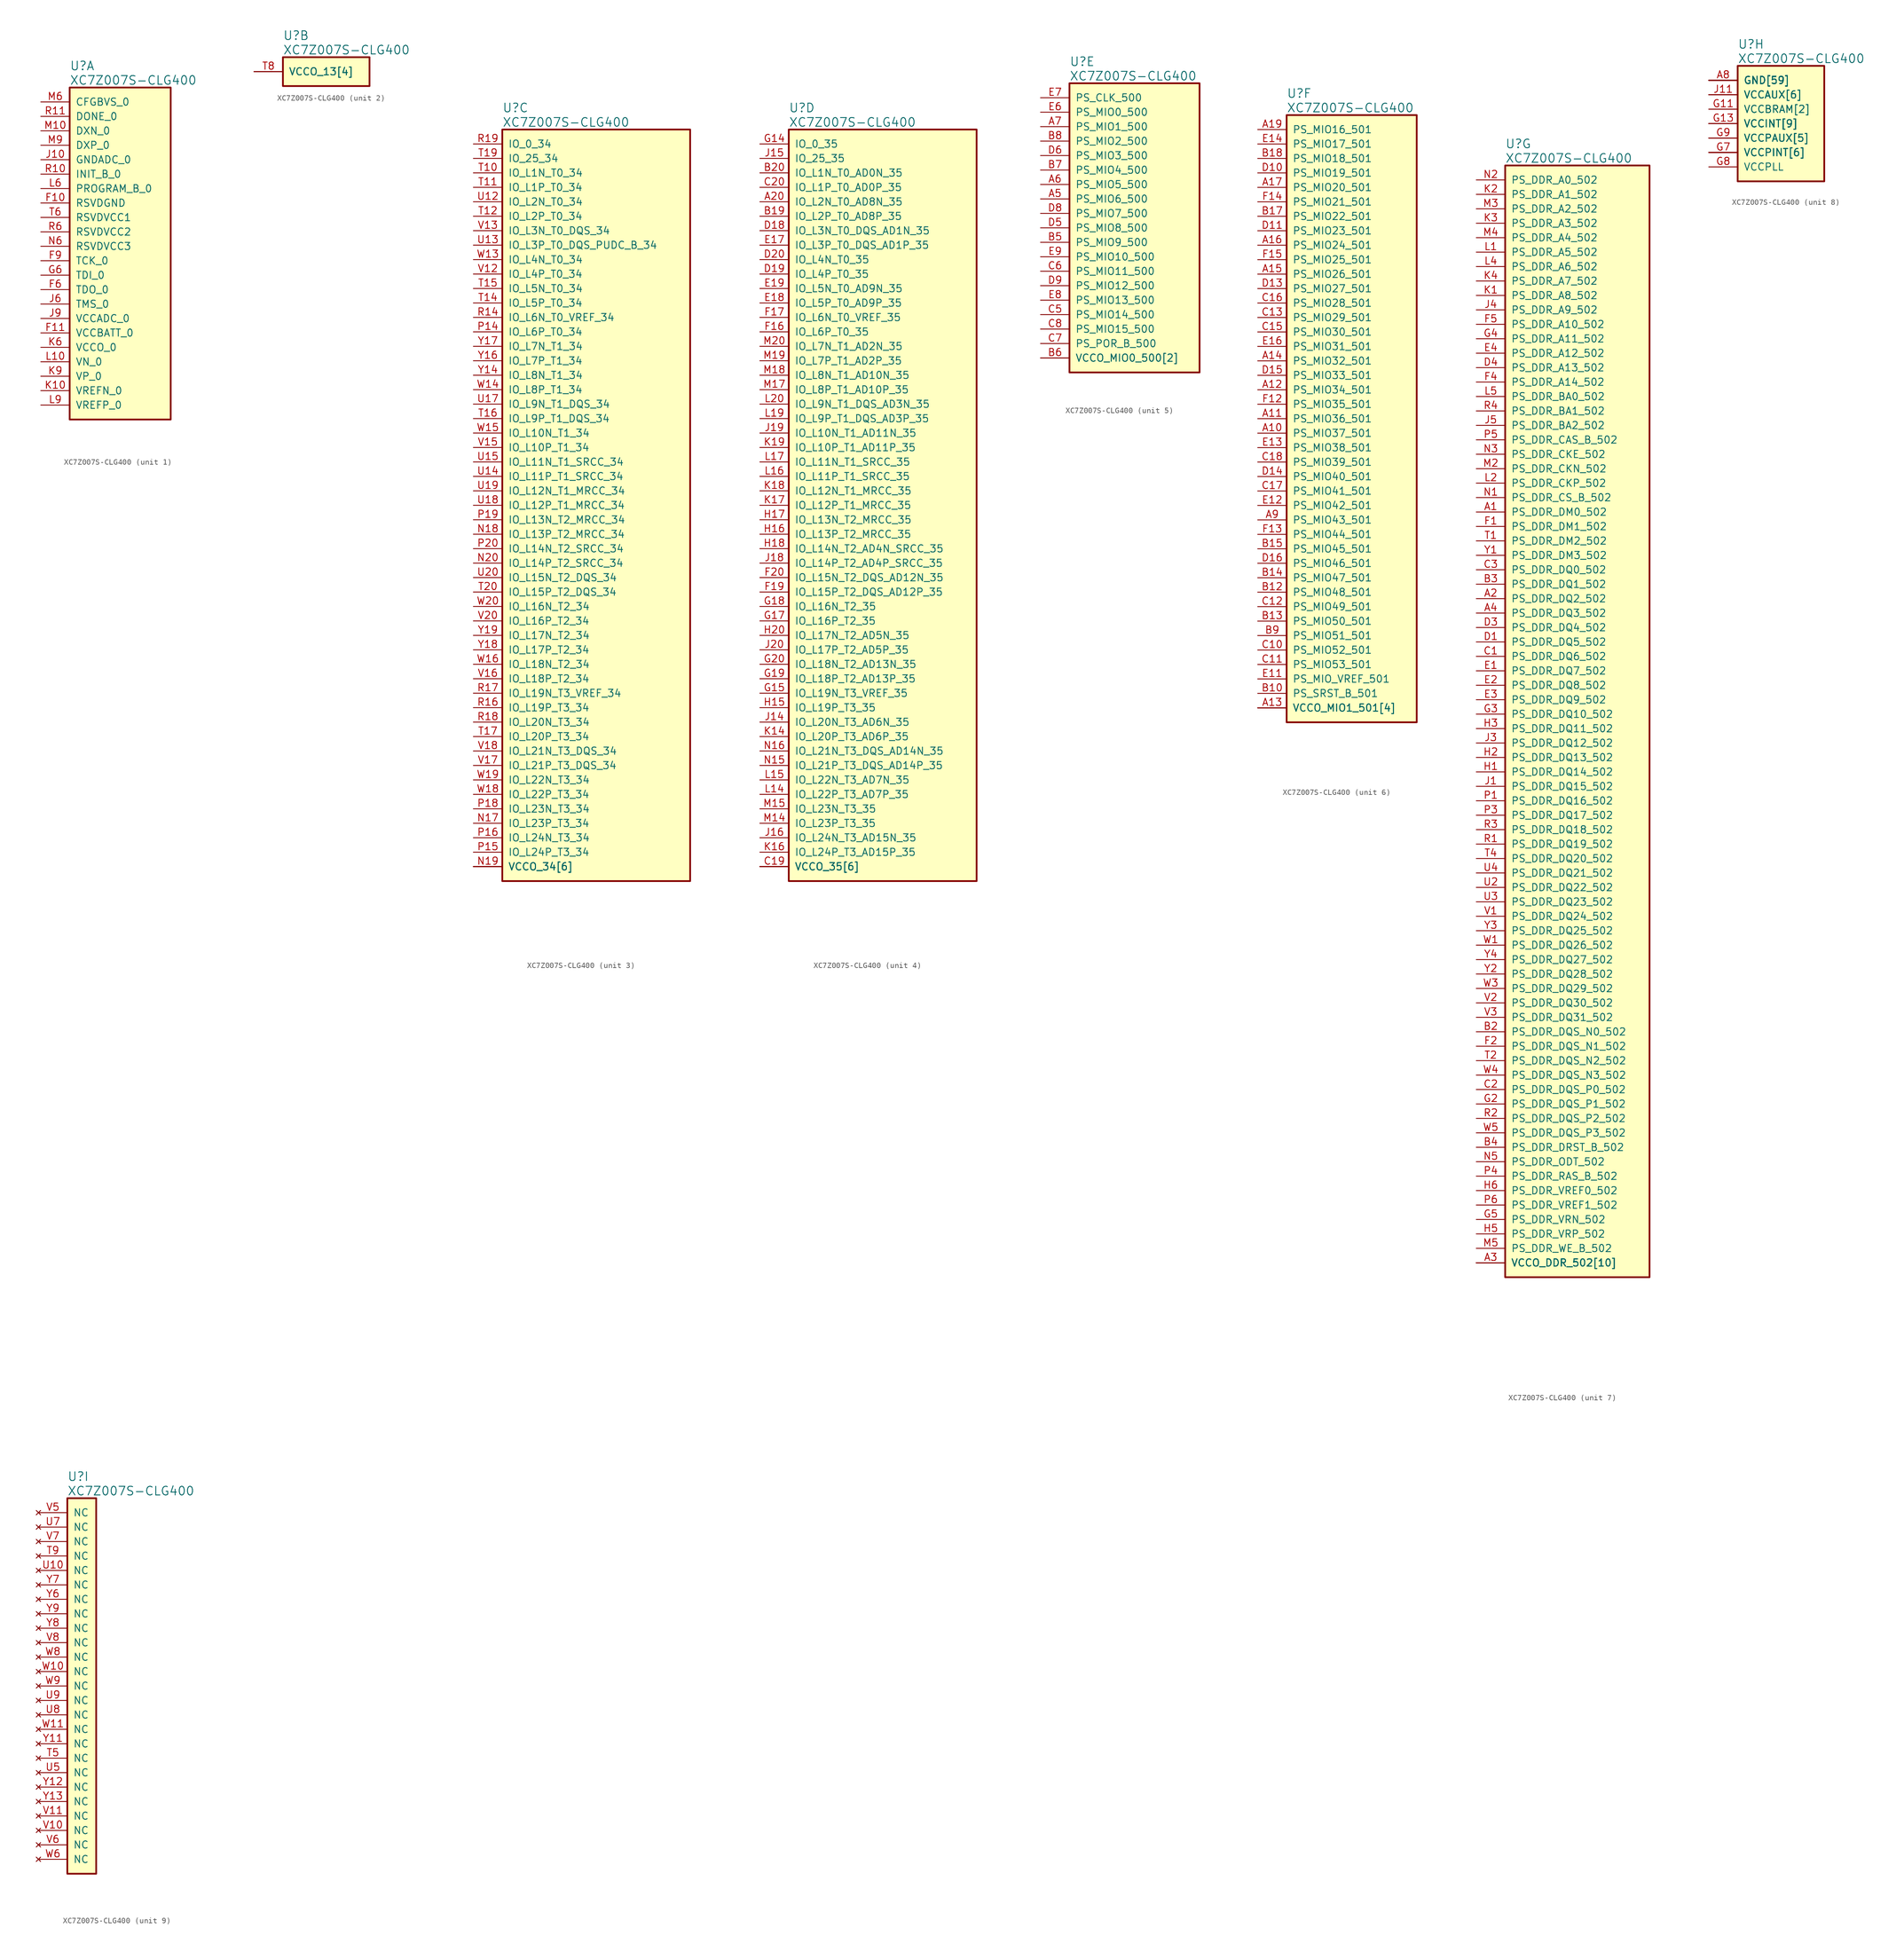
<source format=kicad_sym>
(kicad_symbol_lib
  (version 20211014)
  (generator kicad_symbol_editor)
  (symbol "XC7Z007S-CLG400"
    (pin_names
      (offset 1.016))
    (property "Reference" "U"
      (at 5.08 6.35 0)
      (effects (font (size 1.524 1.524)) (justify left)))
    (property "Value" "XC7Z007S-CLG400"
      (at 5.08 3.81 0)
      (effects (font (size 1.524 1.524)) (justify left)))
    (property "ki_locked" ""
      (at 0 0 0)
      (effects (font (size 1.27 1.27))))
    (symbol "XC7Z007S-CLG400_1_1"
      (rectangle (start 5.08 2.54) (end 22.86 -55.88) (stroke (width 0.305) (type default) (color 0 0 0 0)) (fill (type background)))
      (pin power_in line (at 0 -17.78 0) (length 5.08) (name "RSVDGND" (effects (font (size 1.27 1.27)))) (number "F10" (effects (font (size 1.27 1.27)))))
      (pin power_in line (at 0 -40.64 0) (length 5.08) (name "VCCBATT_0" (effects (font (size 1.27 1.27)))) (number "F11" (effects (font (size 1.27 1.27)))))
      (pin output line (at 0 -33.02 0) (length 5.08) (name "TDO_0" (effects (font (size 1.27 1.27)))) (number "F6" (effects (font (size 1.27 1.27)))))
      (pin input line (at 0 -27.94 0) (length 5.08) (name "TCK_0" (effects (font (size 1.27 1.27)))) (number "F9" (effects (font (size 1.27 1.27)))))
      (pin input line (at 0 -30.48 0) (length 5.08) (name "TDI_0" (effects (font (size 1.27 1.27)))) (number "G6" (effects (font (size 1.27 1.27)))))
      (pin power_in line (at 0 -10.16 0) (length 5.08) (name "GNDADC_0" (effects (font (size 1.27 1.27)))) (number "J10" (effects (font (size 1.27 1.27)))))
      (pin input line (at 0 -35.56 0) (length 5.08) (name "TMS_0" (effects (font (size 1.27 1.27)))) (number "J6" (effects (font (size 1.27 1.27)))))
      (pin power_in line (at 0 -38.1 0) (length 5.08) (name "VCCADC_0" (effects (font (size 1.27 1.27)))) (number "J9" (effects (font (size 1.27 1.27)))))
      (pin input line (at 0 -50.8 0) (length 5.08) (name "VREFN_0" (effects (font (size 1.27 1.27)))) (number "K10" (effects (font (size 1.27 1.27)))))
      (pin power_in line (at 0 -43.18 0) (length 5.08) (name "VCCO_0" (effects (font (size 1.27 1.27)))) (number "K6" (effects (font (size 1.27 1.27)))))
      (pin input line (at 0 -48.26 0) (length 5.08) (name "VP_0" (effects (font (size 1.27 1.27)))) (number "K9" (effects (font (size 1.27 1.27)))))
      (pin input line (at 0 -45.72 0) (length 5.08) (name "VN_0" (effects (font (size 1.27 1.27)))) (number "L10" (effects (font (size 1.27 1.27)))))
      (pin input line (at 0 -15.24 0) (length 5.08) (name "PROGRAM_B_0" (effects (font (size 1.27 1.27)))) (number "L6" (effects (font (size 1.27 1.27)))))
      (pin input line (at 0 -53.34 0) (length 5.08) (name "VREFP_0" (effects (font (size 1.27 1.27)))) (number "L9" (effects (font (size 1.27 1.27)))))
      (pin passive line (at 0 -5.08 0) (length 5.08) (name "DXN_0" (effects (font (size 1.27 1.27)))) (number "M10" (effects (font (size 1.27 1.27)))))
      (pin input line (at 0 0 0) (length 5.08) (name "CFGBVS_0" (effects (font (size 1.27 1.27)))) (number "M6" (effects (font (size 1.27 1.27)))))
      (pin passive line (at 0 -7.62 0) (length 5.08) (name "DXP_0" (effects (font (size 1.27 1.27)))) (number "M9" (effects (font (size 1.27 1.27)))))
      (pin power_in line (at 0 -25.4 0) (length 5.08) (name "RSVDVCC3" (effects (font (size 1.27 1.27)))) (number "N6" (effects (font (size 1.27 1.27)))))
      (pin input line (at 0 -12.7 0) (length 5.08) (name "INIT_B_0" (effects (font (size 1.27 1.27)))) (number "R10" (effects (font (size 1.27 1.27)))))
      (pin output line (at 0 -2.54 0) (length 5.08) (name "DONE_0" (effects (font (size 1.27 1.27)))) (number "R11" (effects (font (size 1.27 1.27)))))
      (pin power_in line (at 0 -22.86 0) (length 5.08) (name "RSVDVCC2" (effects (font (size 1.27 1.27)))) (number "R6" (effects (font (size 1.27 1.27)))))
      (pin power_in line (at 0 -20.32 0) (length 5.08) (name "RSVDVCC1" (effects (font (size 1.27 1.27)))) (number "T6" (effects (font (size 1.27 1.27))))))
    (symbol "XC7Z007S-CLG400_2_1"
      (rectangle (start 5.08 2.54) (end 20.32 -2.54) (stroke (width 0.305) (type default) (color 0 0 0 0)) (fill (type background)))
      (pin power_in line (at 0 0 0) (length 5.08) (name "VCCO_13[4]" (effects (font (size 1.27 1.27)))) (number "T8" (effects (font (size 1.27 1.27)))))
      (pin power_in line (at 0 0 0) (length 5.08) (name "VCCO_13[4]" (effects (font (size 1.27 1.27)))) (number "U11" (effects (font (size 0 0)))))
      (pin power_in line (at 0 0 0) (length 5.08) (name "VCCO_13[4]" (effects (font (size 1.27 1.27)))) (number "W7" (effects (font (size 0 0)))))
      (pin power_in line (at 0 0 0) (length 5.08) (name "VCCO_13[4]" (effects (font (size 1.27 1.27)))) (number "Y10" (effects (font (size 0 0))))))
    (symbol "XC7Z007S-CLG400_3_1"
      (rectangle (start 5.08 2.54) (end 38.1 -129.54) (stroke (width 0.305) (type default) (color 0 0 0 0)) (fill (type background)))
      (pin bidirectional line (at 0 -119.38 0) (length 5.08) (name "IO_L23P_T3_34" (effects (font (size 1.27 1.27)))) (number "N17" (effects (font (size 1.27 1.27)))))
      (pin bidirectional line (at 0 -68.58 0) (length 5.08) (name "IO_L13P_T2_MRCC_34" (effects (font (size 1.27 1.27)))) (number "N18" (effects (font (size 1.27 1.27)))))
      (pin power_in line (at 0 -127 0) (length 5.08) (name "VCCO_34[6]" (effects (font (size 1.27 1.27)))) (number "N19" (effects (font (size 1.27 1.27)))))
      (pin bidirectional line (at 0 -73.66 0) (length 5.08) (name "IO_L14P_T2_SRCC_34" (effects (font (size 1.27 1.27)))) (number "N20" (effects (font (size 1.27 1.27)))))
      (pin bidirectional line (at 0 -33.02 0) (length 5.08) (name "IO_L6P_T0_34" (effects (font (size 1.27 1.27)))) (number "P14" (effects (font (size 1.27 1.27)))))
      (pin bidirectional line (at 0 -124.46 0) (length 5.08) (name "IO_L24P_T3_34" (effects (font (size 1.27 1.27)))) (number "P15" (effects (font (size 1.27 1.27)))))
      (pin bidirectional line (at 0 -121.92 0) (length 5.08) (name "IO_L24N_T3_34" (effects (font (size 1.27 1.27)))) (number "P16" (effects (font (size 1.27 1.27)))))
      (pin bidirectional line (at 0 -116.84 0) (length 5.08) (name "IO_L23N_T3_34" (effects (font (size 1.27 1.27)))) (number "P18" (effects (font (size 1.27 1.27)))))
      (pin bidirectional line (at 0 -66.04 0) (length 5.08) (name "IO_L13N_T2_MRCC_34" (effects (font (size 1.27 1.27)))) (number "P19" (effects (font (size 1.27 1.27)))))
      (pin bidirectional line (at 0 -71.12 0) (length 5.08) (name "IO_L14N_T2_SRCC_34" (effects (font (size 1.27 1.27)))) (number "P20" (effects (font (size 1.27 1.27)))))
      (pin bidirectional line (at 0 -30.48 0) (length 5.08) (name "IO_L6N_T0_VREF_34" (effects (font (size 1.27 1.27)))) (number "R14" (effects (font (size 1.27 1.27)))))
      (pin power_in line (at 0 -127 0) (length 5.08) (name "VCCO_34[6]" (effects (font (size 1.27 1.27)))) (number "R15" (effects (font (size 0 0)))))
      (pin bidirectional line (at 0 -99.06 0) (length 5.08) (name "IO_L19P_T3_34" (effects (font (size 1.27 1.27)))) (number "R16" (effects (font (size 1.27 1.27)))))
      (pin bidirectional line (at 0 -96.52 0) (length 5.08) (name "IO_L19N_T3_VREF_34" (effects (font (size 1.27 1.27)))) (number "R17" (effects (font (size 1.27 1.27)))))
      (pin bidirectional line (at 0 -101.6 0) (length 5.08) (name "IO_L20N_T3_34" (effects (font (size 1.27 1.27)))) (number "R18" (effects (font (size 1.27 1.27)))))
      (pin bidirectional line (at 0 0 0) (length 5.08) (name "IO_0_34" (effects (font (size 1.27 1.27)))) (number "R19" (effects (font (size 1.27 1.27)))))
      (pin bidirectional line (at 0 -5.08 0) (length 5.08) (name "IO_L1N_T0_34" (effects (font (size 1.27 1.27)))) (number "T10" (effects (font (size 1.27 1.27)))))
      (pin bidirectional line (at 0 -7.62 0) (length 5.08) (name "IO_L1P_T0_34" (effects (font (size 1.27 1.27)))) (number "T11" (effects (font (size 1.27 1.27)))))
      (pin bidirectional line (at 0 -12.7 0) (length 5.08) (name "IO_L2P_T0_34" (effects (font (size 1.27 1.27)))) (number "T12" (effects (font (size 1.27 1.27)))))
      (pin bidirectional line (at 0 -27.94 0) (length 5.08) (name "IO_L5P_T0_34" (effects (font (size 1.27 1.27)))) (number "T14" (effects (font (size 1.27 1.27)))))
      (pin bidirectional line (at 0 -25.4 0) (length 5.08) (name "IO_L5N_T0_34" (effects (font (size 1.27 1.27)))) (number "T15" (effects (font (size 1.27 1.27)))))
      (pin bidirectional line (at 0 -48.26 0) (length 5.08) (name "IO_L9P_T1_DQS_34" (effects (font (size 1.27 1.27)))) (number "T16" (effects (font (size 1.27 1.27)))))
      (pin bidirectional line (at 0 -104.14 0) (length 5.08) (name "IO_L20P_T3_34" (effects (font (size 1.27 1.27)))) (number "T17" (effects (font (size 1.27 1.27)))))
      (pin power_in line (at 0 -127 0) (length 5.08) (name "VCCO_34[6]" (effects (font (size 1.27 1.27)))) (number "T18" (effects (font (size 0 0)))))
      (pin bidirectional line (at 0 -2.54 0) (length 5.08) (name "IO_25_34" (effects (font (size 1.27 1.27)))) (number "T19" (effects (font (size 1.27 1.27)))))
      (pin bidirectional line (at 0 -78.74 0) (length 5.08) (name "IO_L15P_T2_DQS_34" (effects (font (size 1.27 1.27)))) (number "T20" (effects (font (size 1.27 1.27)))))
      (pin bidirectional line (at 0 -10.16 0) (length 5.08) (name "IO_L2N_T0_34" (effects (font (size 1.27 1.27)))) (number "U12" (effects (font (size 1.27 1.27)))))
      (pin bidirectional line (at 0 -17.78 0) (length 5.08) (name "IO_L3P_T0_DQS_PUDC_B_34" (effects (font (size 1.27 1.27)))) (number "U13" (effects (font (size 1.27 1.27)))))
      (pin bidirectional line (at 0 -58.42 0) (length 5.08) (name "IO_L11P_T1_SRCC_34" (effects (font (size 1.27 1.27)))) (number "U14" (effects (font (size 1.27 1.27)))))
      (pin bidirectional line (at 0 -55.88 0) (length 5.08) (name "IO_L11N_T1_SRCC_34" (effects (font (size 1.27 1.27)))) (number "U15" (effects (font (size 1.27 1.27)))))
      (pin bidirectional line (at 0 -45.72 0) (length 5.08) (name "IO_L9N_T1_DQS_34" (effects (font (size 1.27 1.27)))) (number "U17" (effects (font (size 1.27 1.27)))))
      (pin bidirectional line (at 0 -63.5 0) (length 5.08) (name "IO_L12P_T1_MRCC_34" (effects (font (size 1.27 1.27)))) (number "U18" (effects (font (size 1.27 1.27)))))
      (pin bidirectional line (at 0 -60.96 0) (length 5.08) (name "IO_L12N_T1_MRCC_34" (effects (font (size 1.27 1.27)))) (number "U19" (effects (font (size 1.27 1.27)))))
      (pin bidirectional line (at 0 -76.2 0) (length 5.08) (name "IO_L15N_T2_DQS_34" (effects (font (size 1.27 1.27)))) (number "U20" (effects (font (size 1.27 1.27)))))
      (pin bidirectional line (at 0 -22.86 0) (length 5.08) (name "IO_L4P_T0_34" (effects (font (size 1.27 1.27)))) (number "V12" (effects (font (size 1.27 1.27)))))
      (pin bidirectional line (at 0 -15.24 0) (length 5.08) (name "IO_L3N_T0_DQS_34" (effects (font (size 1.27 1.27)))) (number "V13" (effects (font (size 1.27 1.27)))))
      (pin power_in line (at 0 -127 0) (length 5.08) (name "VCCO_34[6]" (effects (font (size 1.27 1.27)))) (number "V14" (effects (font (size 0 0)))))
      (pin bidirectional line (at 0 -53.34 0) (length 5.08) (name "IO_L10P_T1_34" (effects (font (size 1.27 1.27)))) (number "V15" (effects (font (size 1.27 1.27)))))
      (pin bidirectional line (at 0 -93.98 0) (length 5.08) (name "IO_L18P_T2_34" (effects (font (size 1.27 1.27)))) (number "V16" (effects (font (size 1.27 1.27)))))
      (pin bidirectional line (at 0 -109.22 0) (length 5.08) (name "IO_L21P_T3_DQS_34" (effects (font (size 1.27 1.27)))) (number "V17" (effects (font (size 1.27 1.27)))))
      (pin bidirectional line (at 0 -106.68 0) (length 5.08) (name "IO_L21N_T3_DQS_34" (effects (font (size 1.27 1.27)))) (number "V18" (effects (font (size 1.27 1.27)))))
      (pin bidirectional line (at 0 -83.82 0) (length 5.08) (name "IO_L16P_T2_34" (effects (font (size 1.27 1.27)))) (number "V20" (effects (font (size 1.27 1.27)))))
      (pin bidirectional line (at 0 -20.32 0) (length 5.08) (name "IO_L4N_T0_34" (effects (font (size 1.27 1.27)))) (number "W13" (effects (font (size 1.27 1.27)))))
      (pin bidirectional line (at 0 -43.18 0) (length 5.08) (name "IO_L8P_T1_34" (effects (font (size 1.27 1.27)))) (number "W14" (effects (font (size 1.27 1.27)))))
      (pin bidirectional line (at 0 -50.8 0) (length 5.08) (name "IO_L10N_T1_34" (effects (font (size 1.27 1.27)))) (number "W15" (effects (font (size 1.27 1.27)))))
      (pin bidirectional line (at 0 -91.44 0) (length 5.08) (name "IO_L18N_T2_34" (effects (font (size 1.27 1.27)))) (number "W16" (effects (font (size 1.27 1.27)))))
      (pin power_in line (at 0 -127 0) (length 5.08) (name "VCCO_34[6]" (effects (font (size 1.27 1.27)))) (number "W17" (effects (font (size 0 0)))))
      (pin bidirectional line (at 0 -114.3 0) (length 5.08) (name "IO_L22P_T3_34" (effects (font (size 1.27 1.27)))) (number "W18" (effects (font (size 1.27 1.27)))))
      (pin bidirectional line (at 0 -111.76 0) (length 5.08) (name "IO_L22N_T3_34" (effects (font (size 1.27 1.27)))) (number "W19" (effects (font (size 1.27 1.27)))))
      (pin bidirectional line (at 0 -81.28 0) (length 5.08) (name "IO_L16N_T2_34" (effects (font (size 1.27 1.27)))) (number "W20" (effects (font (size 1.27 1.27)))))
      (pin bidirectional line (at 0 -40.64 0) (length 5.08) (name "IO_L8N_T1_34" (effects (font (size 1.27 1.27)))) (number "Y14" (effects (font (size 1.27 1.27)))))
      (pin bidirectional line (at 0 -38.1 0) (length 5.08) (name "IO_L7P_T1_34" (effects (font (size 1.27 1.27)))) (number "Y16" (effects (font (size 1.27 1.27)))))
      (pin bidirectional line (at 0 -35.56 0) (length 5.08) (name "IO_L7N_T1_34" (effects (font (size 1.27 1.27)))) (number "Y17" (effects (font (size 1.27 1.27)))))
      (pin bidirectional line (at 0 -88.9 0) (length 5.08) (name "IO_L17P_T2_34" (effects (font (size 1.27 1.27)))) (number "Y18" (effects (font (size 1.27 1.27)))))
      (pin bidirectional line (at 0 -86.36 0) (length 5.08) (name "IO_L17N_T2_34" (effects (font (size 1.27 1.27)))) (number "Y19" (effects (font (size 1.27 1.27)))))
      (pin power_in line (at 0 -127 0) (length 5.08) (name "VCCO_34[6]" (effects (font (size 1.27 1.27)))) (number "Y20" (effects (font (size 0 0))))))
    (symbol "XC7Z007S-CLG400_4_1"
      (rectangle (start 5.08 2.54) (end 38.1 -129.54) (stroke (width 0.305) (type default) (color 0 0 0 0)) (fill (type background)))
      (pin bidirectional line (at 0 -10.16 0) (length 5.08) (name "IO_L2N_T0_AD8N_35" (effects (font (size 1.27 1.27)))) (number "A20" (effects (font (size 1.27 1.27)))))
      (pin bidirectional line (at 0 -12.7 0) (length 5.08) (name "IO_L2P_T0_AD8P_35" (effects (font (size 1.27 1.27)))) (number "B19" (effects (font (size 1.27 1.27)))))
      (pin bidirectional line (at 0 -5.08 0) (length 5.08) (name "IO_L1N_T0_AD0N_35" (effects (font (size 1.27 1.27)))) (number "B20" (effects (font (size 1.27 1.27)))))
      (pin power_in line (at 0 -127 0) (length 5.08) (name "VCCO_35[6]" (effects (font (size 1.27 1.27)))) (number "C19" (effects (font (size 1.27 1.27)))))
      (pin bidirectional line (at 0 -7.62 0) (length 5.08) (name "IO_L1P_T0_AD0P_35" (effects (font (size 1.27 1.27)))) (number "C20" (effects (font (size 1.27 1.27)))))
      (pin bidirectional line (at 0 -15.24 0) (length 5.08) (name "IO_L3N_T0_DQS_AD1N_35" (effects (font (size 1.27 1.27)))) (number "D18" (effects (font (size 1.27 1.27)))))
      (pin bidirectional line (at 0 -22.86 0) (length 5.08) (name "IO_L4P_T0_35" (effects (font (size 1.27 1.27)))) (number "D19" (effects (font (size 1.27 1.27)))))
      (pin bidirectional line (at 0 -20.32 0) (length 5.08) (name "IO_L4N_T0_35" (effects (font (size 1.27 1.27)))) (number "D20" (effects (font (size 1.27 1.27)))))
      (pin bidirectional line (at 0 -17.78 0) (length 5.08) (name "IO_L3P_T0_DQS_AD1P_35" (effects (font (size 1.27 1.27)))) (number "E17" (effects (font (size 1.27 1.27)))))
      (pin bidirectional line (at 0 -27.94 0) (length 5.08) (name "IO_L5P_T0_AD9P_35" (effects (font (size 1.27 1.27)))) (number "E18" (effects (font (size 1.27 1.27)))))
      (pin bidirectional line (at 0 -25.4 0) (length 5.08) (name "IO_L5N_T0_AD9N_35" (effects (font (size 1.27 1.27)))) (number "E19" (effects (font (size 1.27 1.27)))))
      (pin bidirectional line (at 0 -33.02 0) (length 5.08) (name "IO_L6P_T0_35" (effects (font (size 1.27 1.27)))) (number "F16" (effects (font (size 1.27 1.27)))))
      (pin bidirectional line (at 0 -30.48 0) (length 5.08) (name "IO_L6N_T0_VREF_35" (effects (font (size 1.27 1.27)))) (number "F17" (effects (font (size 1.27 1.27)))))
      (pin power_in line (at 0 -127 0) (length 5.08) (name "VCCO_35[6]" (effects (font (size 1.27 1.27)))) (number "F18" (effects (font (size 0 0)))))
      (pin bidirectional line (at 0 -78.74 0) (length 5.08) (name "IO_L15P_T2_DQS_AD12P_35" (effects (font (size 1.27 1.27)))) (number "F19" (effects (font (size 1.27 1.27)))))
      (pin bidirectional line (at 0 -76.2 0) (length 5.08) (name "IO_L15N_T2_DQS_AD12N_35" (effects (font (size 1.27 1.27)))) (number "F20" (effects (font (size 1.27 1.27)))))
      (pin bidirectional line (at 0 0 0) (length 5.08) (name "IO_0_35" (effects (font (size 1.27 1.27)))) (number "G14" (effects (font (size 1.27 1.27)))))
      (pin bidirectional line (at 0 -96.52 0) (length 5.08) (name "IO_L19N_T3_VREF_35" (effects (font (size 1.27 1.27)))) (number "G15" (effects (font (size 1.27 1.27)))))
      (pin bidirectional line (at 0 -83.82 0) (length 5.08) (name "IO_L16P_T2_35" (effects (font (size 1.27 1.27)))) (number "G17" (effects (font (size 1.27 1.27)))))
      (pin bidirectional line (at 0 -81.28 0) (length 5.08) (name "IO_L16N_T2_35" (effects (font (size 1.27 1.27)))) (number "G18" (effects (font (size 1.27 1.27)))))
      (pin bidirectional line (at 0 -93.98 0) (length 5.08) (name "IO_L18P_T2_AD13P_35" (effects (font (size 1.27 1.27)))) (number "G19" (effects (font (size 1.27 1.27)))))
      (pin bidirectional line (at 0 -91.44 0) (length 5.08) (name "IO_L18N_T2_AD13N_35" (effects (font (size 1.27 1.27)))) (number "G20" (effects (font (size 1.27 1.27)))))
      (pin power_in line (at 0 -127 0) (length 5.08) (name "VCCO_35[6]" (effects (font (size 1.27 1.27)))) (number "H14" (effects (font (size 0 0)))))
      (pin bidirectional line (at 0 -99.06 0) (length 5.08) (name "IO_L19P_T3_35" (effects (font (size 1.27 1.27)))) (number "H15" (effects (font (size 1.27 1.27)))))
      (pin bidirectional line (at 0 -68.58 0) (length 5.08) (name "IO_L13P_T2_MRCC_35" (effects (font (size 1.27 1.27)))) (number "H16" (effects (font (size 1.27 1.27)))))
      (pin bidirectional line (at 0 -66.04 0) (length 5.08) (name "IO_L13N_T2_MRCC_35" (effects (font (size 1.27 1.27)))) (number "H17" (effects (font (size 1.27 1.27)))))
      (pin bidirectional line (at 0 -71.12 0) (length 5.08) (name "IO_L14N_T2_AD4N_SRCC_35" (effects (font (size 1.27 1.27)))) (number "H18" (effects (font (size 1.27 1.27)))))
      (pin bidirectional line (at 0 -86.36 0) (length 5.08) (name "IO_L17N_T2_AD5N_35" (effects (font (size 1.27 1.27)))) (number "H20" (effects (font (size 1.27 1.27)))))
      (pin bidirectional line (at 0 -101.6 0) (length 5.08) (name "IO_L20N_T3_AD6N_35" (effects (font (size 1.27 1.27)))) (number "J14" (effects (font (size 1.27 1.27)))))
      (pin bidirectional line (at 0 -2.54 0) (length 5.08) (name "IO_25_35" (effects (font (size 1.27 1.27)))) (number "J15" (effects (font (size 1.27 1.27)))))
      (pin bidirectional line (at 0 -121.92 0) (length 5.08) (name "IO_L24N_T3_AD15N_35" (effects (font (size 1.27 1.27)))) (number "J16" (effects (font (size 1.27 1.27)))))
      (pin power_in line (at 0 -127 0) (length 5.08) (name "VCCO_35[6]" (effects (font (size 1.27 1.27)))) (number "J17" (effects (font (size 0 0)))))
      (pin bidirectional line (at 0 -73.66 0) (length 5.08) (name "IO_L14P_T2_AD4P_SRCC_35" (effects (font (size 1.27 1.27)))) (number "J18" (effects (font (size 1.27 1.27)))))
      (pin bidirectional line (at 0 -50.8 0) (length 5.08) (name "IO_L10N_T1_AD11N_35" (effects (font (size 1.27 1.27)))) (number "J19" (effects (font (size 1.27 1.27)))))
      (pin bidirectional line (at 0 -88.9 0) (length 5.08) (name "IO_L17P_T2_AD5P_35" (effects (font (size 1.27 1.27)))) (number "J20" (effects (font (size 1.27 1.27)))))
      (pin bidirectional line (at 0 -104.14 0) (length 5.08) (name "IO_L20P_T3_AD6P_35" (effects (font (size 1.27 1.27)))) (number "K14" (effects (font (size 1.27 1.27)))))
      (pin bidirectional line (at 0 -124.46 0) (length 5.08) (name "IO_L24P_T3_AD15P_35" (effects (font (size 1.27 1.27)))) (number "K16" (effects (font (size 1.27 1.27)))))
      (pin bidirectional line (at 0 -63.5 0) (length 5.08) (name "IO_L12P_T1_MRCC_35" (effects (font (size 1.27 1.27)))) (number "K17" (effects (font (size 1.27 1.27)))))
      (pin bidirectional line (at 0 -60.96 0) (length 5.08) (name "IO_L12N_T1_MRCC_35" (effects (font (size 1.27 1.27)))) (number "K18" (effects (font (size 1.27 1.27)))))
      (pin bidirectional line (at 0 -53.34 0) (length 5.08) (name "IO_L10P_T1_AD11P_35" (effects (font (size 1.27 1.27)))) (number "K19" (effects (font (size 1.27 1.27)))))
      (pin power_in line (at 0 -127 0) (length 5.08) (name "VCCO_35[6]" (effects (font (size 1.27 1.27)))) (number "K20" (effects (font (size 0 0)))))
      (pin bidirectional line (at 0 -114.3 0) (length 5.08) (name "IO_L22P_T3_AD7P_35" (effects (font (size 1.27 1.27)))) (number "L14" (effects (font (size 1.27 1.27)))))
      (pin bidirectional line (at 0 -111.76 0) (length 5.08) (name "IO_L22N_T3_AD7N_35" (effects (font (size 1.27 1.27)))) (number "L15" (effects (font (size 1.27 1.27)))))
      (pin bidirectional line (at 0 -58.42 0) (length 5.08) (name "IO_L11P_T1_SRCC_35" (effects (font (size 1.27 1.27)))) (number "L16" (effects (font (size 1.27 1.27)))))
      (pin bidirectional line (at 0 -55.88 0) (length 5.08) (name "IO_L11N_T1_SRCC_35" (effects (font (size 1.27 1.27)))) (number "L17" (effects (font (size 1.27 1.27)))))
      (pin bidirectional line (at 0 -48.26 0) (length 5.08) (name "IO_L9P_T1_DQS_AD3P_35" (effects (font (size 1.27 1.27)))) (number "L19" (effects (font (size 1.27 1.27)))))
      (pin bidirectional line (at 0 -45.72 0) (length 5.08) (name "IO_L9N_T1_DQS_AD3N_35" (effects (font (size 1.27 1.27)))) (number "L20" (effects (font (size 1.27 1.27)))))
      (pin bidirectional line (at 0 -119.38 0) (length 5.08) (name "IO_L23P_T3_35" (effects (font (size 1.27 1.27)))) (number "M14" (effects (font (size 1.27 1.27)))))
      (pin bidirectional line (at 0 -116.84 0) (length 5.08) (name "IO_L23N_T3_35" (effects (font (size 1.27 1.27)))) (number "M15" (effects (font (size 1.27 1.27)))))
      (pin power_in line (at 0 -127 0) (length 5.08) (name "VCCO_35[6]" (effects (font (size 1.27 1.27)))) (number "M16" (effects (font (size 0 0)))))
      (pin bidirectional line (at 0 -43.18 0) (length 5.08) (name "IO_L8P_T1_AD10P_35" (effects (font (size 1.27 1.27)))) (number "M17" (effects (font (size 1.27 1.27)))))
      (pin bidirectional line (at 0 -40.64 0) (length 5.08) (name "IO_L8N_T1_AD10N_35" (effects (font (size 1.27 1.27)))) (number "M18" (effects (font (size 1.27 1.27)))))
      (pin bidirectional line (at 0 -38.1 0) (length 5.08) (name "IO_L7P_T1_AD2P_35" (effects (font (size 1.27 1.27)))) (number "M19" (effects (font (size 1.27 1.27)))))
      (pin bidirectional line (at 0 -35.56 0) (length 5.08) (name "IO_L7N_T1_AD2N_35" (effects (font (size 1.27 1.27)))) (number "M20" (effects (font (size 1.27 1.27)))))
      (pin bidirectional line (at 0 -109.22 0) (length 5.08) (name "IO_L21P_T3_DQS_AD14P_35" (effects (font (size 1.27 1.27)))) (number "N15" (effects (font (size 1.27 1.27)))))
      (pin bidirectional line (at 0 -106.68 0) (length 5.08) (name "IO_L21N_T3_DQS_AD14N_35" (effects (font (size 1.27 1.27)))) (number "N16" (effects (font (size 1.27 1.27))))))
    (symbol "XC7Z007S-CLG400_5_1"
      (rectangle (start 5.08 2.54) (end 27.94 -48.26) (stroke (width 0.305) (type default) (color 0 0 0 0)) (fill (type background)))
      (pin bidirectional line (at 0 -17.78 0) (length 5.08) (name "PS_MIO6_500" (effects (font (size 1.27 1.27)))) (number "A5" (effects (font (size 1.27 1.27)))))
      (pin bidirectional line (at 0 -15.24 0) (length 5.08) (name "PS_MIO5_500" (effects (font (size 1.27 1.27)))) (number "A6" (effects (font (size 1.27 1.27)))))
      (pin bidirectional line (at 0 -5.08 0) (length 5.08) (name "PS_MIO1_500" (effects (font (size 1.27 1.27)))) (number "A7" (effects (font (size 1.27 1.27)))))
      (pin bidirectional line (at 0 -25.4 0) (length 5.08) (name "PS_MIO9_500" (effects (font (size 1.27 1.27)))) (number "B5" (effects (font (size 1.27 1.27)))))
      (pin power_in line (at 0 -45.72 0) (length 5.08) (name "VCCO_MIO0_500[2]" (effects (font (size 1.27 1.27)))) (number "B6" (effects (font (size 1.27 1.27)))))
      (pin bidirectional line (at 0 -12.7 0) (length 5.08) (name "PS_MIO4_500" (effects (font (size 1.27 1.27)))) (number "B7" (effects (font (size 1.27 1.27)))))
      (pin bidirectional line (at 0 -7.62 0) (length 5.08) (name "PS_MIO2_500" (effects (font (size 1.27 1.27)))) (number "B8" (effects (font (size 1.27 1.27)))))
      (pin bidirectional line (at 0 -38.1 0) (length 5.08) (name "PS_MIO14_500" (effects (font (size 1.27 1.27)))) (number "C5" (effects (font (size 1.27 1.27)))))
      (pin bidirectional line (at 0 -30.48 0) (length 5.08) (name "PS_MIO11_500" (effects (font (size 1.27 1.27)))) (number "C6" (effects (font (size 1.27 1.27)))))
      (pin input line (at 0 -43.18 0) (length 5.08) (name "PS_POR_B_500" (effects (font (size 1.27 1.27)))) (number "C7" (effects (font (size 1.27 1.27)))))
      (pin bidirectional line (at 0 -40.64 0) (length 5.08) (name "PS_MIO15_500" (effects (font (size 1.27 1.27)))) (number "C8" (effects (font (size 1.27 1.27)))))
      (pin bidirectional line (at 0 -22.86 0) (length 5.08) (name "PS_MIO8_500" (effects (font (size 1.27 1.27)))) (number "D5" (effects (font (size 1.27 1.27)))))
      (pin bidirectional line (at 0 -10.16 0) (length 5.08) (name "PS_MIO3_500" (effects (font (size 1.27 1.27)))) (number "D6" (effects (font (size 1.27 1.27)))))
      (pin power_in line (at 0 -45.72 0) (length 5.08) (name "VCCO_MIO0_500[2]" (effects (font (size 1.27 1.27)))) (number "D7" (effects (font (size 0 0)))))
      (pin bidirectional line (at 0 -20.32 0) (length 5.08) (name "PS_MIO7_500" (effects (font (size 1.27 1.27)))) (number "D8" (effects (font (size 1.27 1.27)))))
      (pin bidirectional line (at 0 -33.02 0) (length 5.08) (name "PS_MIO12_500" (effects (font (size 1.27 1.27)))) (number "D9" (effects (font (size 1.27 1.27)))))
      (pin bidirectional line (at 0 -2.54 0) (length 5.08) (name "PS_MIO0_500" (effects (font (size 1.27 1.27)))) (number "E6" (effects (font (size 1.27 1.27)))))
      (pin input line (at 0 0 0) (length 5.08) (name "PS_CLK_500" (effects (font (size 1.27 1.27)))) (number "E7" (effects (font (size 1.27 1.27)))))
      (pin bidirectional line (at 0 -35.56 0) (length 5.08) (name "PS_MIO13_500" (effects (font (size 1.27 1.27)))) (number "E8" (effects (font (size 1.27 1.27)))))
      (pin bidirectional line (at 0 -27.94 0) (length 5.08) (name "PS_MIO10_500" (effects (font (size 1.27 1.27)))) (number "E9" (effects (font (size 1.27 1.27))))))
    (symbol "XC7Z007S-CLG400_6_1"
      (rectangle (start 5.08 2.54) (end 27.94 -104.14) (stroke (width 0.305) (type default) (color 0 0 0 0)) (fill (type background)))
      (pin bidirectional line (at 0 -53.34 0) (length 5.08) (name "PS_MIO37_501" (effects (font (size 1.27 1.27)))) (number "A10" (effects (font (size 1.27 1.27)))))
      (pin bidirectional line (at 0 -50.8 0) (length 5.08) (name "PS_MIO36_501" (effects (font (size 1.27 1.27)))) (number "A11" (effects (font (size 1.27 1.27)))))
      (pin bidirectional line (at 0 -45.72 0) (length 5.08) (name "PS_MIO34_501" (effects (font (size 1.27 1.27)))) (number "A12" (effects (font (size 1.27 1.27)))))
      (pin power_in line (at 0 -101.6 0) (length 5.08) (name "VCCO_MIO1_501[4]" (effects (font (size 1.27 1.27)))) (number "A13" (effects (font (size 1.27 1.27)))))
      (pin bidirectional line (at 0 -40.64 0) (length 5.08) (name "PS_MIO32_501" (effects (font (size 1.27 1.27)))) (number "A14" (effects (font (size 1.27 1.27)))))
      (pin bidirectional line (at 0 -25.4 0) (length 5.08) (name "PS_MIO26_501" (effects (font (size 1.27 1.27)))) (number "A15" (effects (font (size 1.27 1.27)))))
      (pin bidirectional line (at 0 -20.32 0) (length 5.08) (name "PS_MIO24_501" (effects (font (size 1.27 1.27)))) (number "A16" (effects (font (size 1.27 1.27)))))
      (pin bidirectional line (at 0 -10.16 0) (length 5.08) (name "PS_MIO20_501" (effects (font (size 1.27 1.27)))) (number "A17" (effects (font (size 1.27 1.27)))))
      (pin bidirectional line (at 0 0 0) (length 5.08) (name "PS_MIO16_501" (effects (font (size 1.27 1.27)))) (number "A19" (effects (font (size 1.27 1.27)))))
      (pin bidirectional line (at 0 -68.58 0) (length 5.08) (name "PS_MIO43_501" (effects (font (size 1.27 1.27)))) (number "A9" (effects (font (size 1.27 1.27)))))
      (pin input line (at 0 -99.06 0) (length 5.08) (name "PS_SRST_B_501" (effects (font (size 1.27 1.27)))) (number "B10" (effects (font (size 1.27 1.27)))))
      (pin bidirectional line (at 0 -81.28 0) (length 5.08) (name "PS_MIO48_501" (effects (font (size 1.27 1.27)))) (number "B12" (effects (font (size 1.27 1.27)))))
      (pin bidirectional line (at 0 -86.36 0) (length 5.08) (name "PS_MIO50_501" (effects (font (size 1.27 1.27)))) (number "B13" (effects (font (size 1.27 1.27)))))
      (pin bidirectional line (at 0 -78.74 0) (length 5.08) (name "PS_MIO47_501" (effects (font (size 1.27 1.27)))) (number "B14" (effects (font (size 1.27 1.27)))))
      (pin bidirectional line (at 0 -73.66 0) (length 5.08) (name "PS_MIO45_501" (effects (font (size 1.27 1.27)))) (number "B15" (effects (font (size 1.27 1.27)))))
      (pin power_in line (at 0 -101.6 0) (length 5.08) (name "VCCO_MIO1_501[4]" (effects (font (size 1.27 1.27)))) (number "B16" (effects (font (size 0 0)))))
      (pin bidirectional line (at 0 -15.24 0) (length 5.08) (name "PS_MIO22_501" (effects (font (size 1.27 1.27)))) (number "B17" (effects (font (size 1.27 1.27)))))
      (pin bidirectional line (at 0 -5.08 0) (length 5.08) (name "PS_MIO18_501" (effects (font (size 1.27 1.27)))) (number "B18" (effects (font (size 1.27 1.27)))))
      (pin bidirectional line (at 0 -88.9 0) (length 5.08) (name "PS_MIO51_501" (effects (font (size 1.27 1.27)))) (number "B9" (effects (font (size 1.27 1.27)))))
      (pin bidirectional line (at 0 -91.44 0) (length 5.08) (name "PS_MIO52_501" (effects (font (size 1.27 1.27)))) (number "C10" (effects (font (size 1.27 1.27)))))
      (pin bidirectional line (at 0 -93.98 0) (length 5.08) (name "PS_MIO53_501" (effects (font (size 1.27 1.27)))) (number "C11" (effects (font (size 1.27 1.27)))))
      (pin bidirectional line (at 0 -83.82 0) (length 5.08) (name "PS_MIO49_501" (effects (font (size 1.27 1.27)))) (number "C12" (effects (font (size 1.27 1.27)))))
      (pin bidirectional line (at 0 -33.02 0) (length 5.08) (name "PS_MIO29_501" (effects (font (size 1.27 1.27)))) (number "C13" (effects (font (size 1.27 1.27)))))
      (pin bidirectional line (at 0 -35.56 0) (length 5.08) (name "PS_MIO30_501" (effects (font (size 1.27 1.27)))) (number "C15" (effects (font (size 1.27 1.27)))))
      (pin bidirectional line (at 0 -30.48 0) (length 5.08) (name "PS_MIO28_501" (effects (font (size 1.27 1.27)))) (number "C16" (effects (font (size 1.27 1.27)))))
      (pin bidirectional line (at 0 -63.5 0) (length 5.08) (name "PS_MIO41_501" (effects (font (size 1.27 1.27)))) (number "C17" (effects (font (size 1.27 1.27)))))
      (pin bidirectional line (at 0 -58.42 0) (length 5.08) (name "PS_MIO39_501" (effects (font (size 1.27 1.27)))) (number "C18" (effects (font (size 1.27 1.27)))))
      (pin bidirectional line (at 0 -7.62 0) (length 5.08) (name "PS_MIO19_501" (effects (font (size 1.27 1.27)))) (number "D10" (effects (font (size 1.27 1.27)))))
      (pin bidirectional line (at 0 -17.78 0) (length 5.08) (name "PS_MIO23_501" (effects (font (size 1.27 1.27)))) (number "D11" (effects (font (size 1.27 1.27)))))
      (pin power_in line (at 0 -101.6 0) (length 5.08) (name "VCCO_MIO1_501[4]" (effects (font (size 1.27 1.27)))) (number "D12" (effects (font (size 0 0)))))
      (pin bidirectional line (at 0 -27.94 0) (length 5.08) (name "PS_MIO27_501" (effects (font (size 1.27 1.27)))) (number "D13" (effects (font (size 1.27 1.27)))))
      (pin bidirectional line (at 0 -60.96 0) (length 5.08) (name "PS_MIO40_501" (effects (font (size 1.27 1.27)))) (number "D14" (effects (font (size 1.27 1.27)))))
      (pin bidirectional line (at 0 -43.18 0) (length 5.08) (name "PS_MIO33_501" (effects (font (size 1.27 1.27)))) (number "D15" (effects (font (size 1.27 1.27)))))
      (pin bidirectional line (at 0 -76.2 0) (length 5.08) (name "PS_MIO46_501" (effects (font (size 1.27 1.27)))) (number "D16" (effects (font (size 1.27 1.27)))))
      (pin power_in line (at 0 -96.52 0) (length 5.08) (name "PS_MIO_VREF_501" (effects (font (size 1.27 1.27)))) (number "E11" (effects (font (size 1.27 1.27)))))
      (pin bidirectional line (at 0 -66.04 0) (length 5.08) (name "PS_MIO42_501" (effects (font (size 1.27 1.27)))) (number "E12" (effects (font (size 1.27 1.27)))))
      (pin bidirectional line (at 0 -55.88 0) (length 5.08) (name "PS_MIO38_501" (effects (font (size 1.27 1.27)))) (number "E13" (effects (font (size 1.27 1.27)))))
      (pin bidirectional line (at 0 -2.54 0) (length 5.08) (name "PS_MIO17_501" (effects (font (size 1.27 1.27)))) (number "E14" (effects (font (size 1.27 1.27)))))
      (pin power_in line (at 0 -101.6 0) (length 5.08) (name "VCCO_MIO1_501[4]" (effects (font (size 1.27 1.27)))) (number "E15" (effects (font (size 0 0)))))
      (pin bidirectional line (at 0 -38.1 0) (length 5.08) (name "PS_MIO31_501" (effects (font (size 1.27 1.27)))) (number "E16" (effects (font (size 1.27 1.27)))))
      (pin bidirectional line (at 0 -48.26 0) (length 5.08) (name "PS_MIO35_501" (effects (font (size 1.27 1.27)))) (number "F12" (effects (font (size 1.27 1.27)))))
      (pin bidirectional line (at 0 -71.12 0) (length 5.08) (name "PS_MIO44_501" (effects (font (size 1.27 1.27)))) (number "F13" (effects (font (size 1.27 1.27)))))
      (pin bidirectional line (at 0 -12.7 0) (length 5.08) (name "PS_MIO21_501" (effects (font (size 1.27 1.27)))) (number "F14" (effects (font (size 1.27 1.27)))))
      (pin bidirectional line (at 0 -22.86 0) (length 5.08) (name "PS_MIO25_501" (effects (font (size 1.27 1.27)))) (number "F15" (effects (font (size 1.27 1.27))))))
    (symbol "XC7Z007S-CLG400_7_1"
      (rectangle (start 5.08 2.54) (end 30.48 -193.04) (stroke (width 0.305) (type default) (color 0 0 0 0)) (fill (type background)))
      (pin output line (at 0 -58.42 0) (length 5.08) (name "PS_DDR_DM0_502" (effects (font (size 1.27 1.27)))) (number "A1" (effects (font (size 1.27 1.27)))))
      (pin bidirectional line (at 0 -73.66 0) (length 5.08) (name "PS_DDR_DQ2_502" (effects (font (size 1.27 1.27)))) (number "A2" (effects (font (size 1.27 1.27)))))
      (pin power_in line (at 0 -190.5 0) (length 5.08) (name "VCCO_DDR_502[10]" (effects (font (size 1.27 1.27)))) (number "A3" (effects (font (size 1.27 1.27)))))
      (pin bidirectional line (at 0 -76.2 0) (length 5.08) (name "PS_DDR_DQ3_502" (effects (font (size 1.27 1.27)))) (number "A4" (effects (font (size 1.27 1.27)))))
      (pin bidirectional line (at 0 -149.86 0) (length 5.08) (name "PS_DDR_DQS_N0_502" (effects (font (size 1.27 1.27)))) (number "B2" (effects (font (size 1.27 1.27)))))
      (pin bidirectional line (at 0 -71.12 0) (length 5.08) (name "PS_DDR_DQ1_502" (effects (font (size 1.27 1.27)))) (number "B3" (effects (font (size 1.27 1.27)))))
      (pin output line (at 0 -170.18 0) (length 5.08) (name "PS_DDR_DRST_B_502" (effects (font (size 1.27 1.27)))) (number "B4" (effects (font (size 1.27 1.27)))))
      (pin bidirectional line (at 0 -83.82 0) (length 5.08) (name "PS_DDR_DQ6_502" (effects (font (size 1.27 1.27)))) (number "C1" (effects (font (size 1.27 1.27)))))
      (pin bidirectional line (at 0 -160.02 0) (length 5.08) (name "PS_DDR_DQS_P0_502" (effects (font (size 1.27 1.27)))) (number "C2" (effects (font (size 1.27 1.27)))))
      (pin bidirectional line (at 0 -68.58 0) (length 5.08) (name "PS_DDR_DQ0_502" (effects (font (size 1.27 1.27)))) (number "C3" (effects (font (size 1.27 1.27)))))
      (pin bidirectional line (at 0 -81.28 0) (length 5.08) (name "PS_DDR_DQ5_502" (effects (font (size 1.27 1.27)))) (number "D1" (effects (font (size 1.27 1.27)))))
      (pin power_in line (at 0 -190.5 0) (length 5.08) (name "VCCO_DDR_502[10]" (effects (font (size 1.27 1.27)))) (number "D2" (effects (font (size 0 0)))))
      (pin bidirectional line (at 0 -78.74 0) (length 5.08) (name "PS_DDR_DQ4_502" (effects (font (size 1.27 1.27)))) (number "D3" (effects (font (size 1.27 1.27)))))
      (pin output line (at 0 -33.02 0) (length 5.08) (name "PS_DDR_A13_502" (effects (font (size 1.27 1.27)))) (number "D4" (effects (font (size 1.27 1.27)))))
      (pin bidirectional line (at 0 -86.36 0) (length 5.08) (name "PS_DDR_DQ7_502" (effects (font (size 1.27 1.27)))) (number "E1" (effects (font (size 1.27 1.27)))))
      (pin bidirectional line (at 0 -88.9 0) (length 5.08) (name "PS_DDR_DQ8_502" (effects (font (size 1.27 1.27)))) (number "E2" (effects (font (size 1.27 1.27)))))
      (pin bidirectional line (at 0 -91.44 0) (length 5.08) (name "PS_DDR_DQ9_502" (effects (font (size 1.27 1.27)))) (number "E3" (effects (font (size 1.27 1.27)))))
      (pin output line (at 0 -30.48 0) (length 5.08) (name "PS_DDR_A12_502" (effects (font (size 1.27 1.27)))) (number "E4" (effects (font (size 1.27 1.27)))))
      (pin power_in line (at 0 -190.5 0) (length 5.08) (name "VCCO_DDR_502[10]" (effects (font (size 1.27 1.27)))) (number "E5" (effects (font (size 0 0)))))
      (pin output line (at 0 -60.96 0) (length 5.08) (name "PS_DDR_DM1_502" (effects (font (size 1.27 1.27)))) (number "F1" (effects (font (size 1.27 1.27)))))
      (pin bidirectional line (at 0 -152.4 0) (length 5.08) (name "PS_DDR_DQS_N1_502" (effects (font (size 1.27 1.27)))) (number "F2" (effects (font (size 1.27 1.27)))))
      (pin output line (at 0 -35.56 0) (length 5.08) (name "PS_DDR_A14_502" (effects (font (size 1.27 1.27)))) (number "F4" (effects (font (size 1.27 1.27)))))
      (pin output line (at 0 -25.4 0) (length 5.08) (name "PS_DDR_A10_502" (effects (font (size 1.27 1.27)))) (number "F5" (effects (font (size 1.27 1.27)))))
      (pin power_in line (at 0 -190.5 0) (length 5.08) (name "VCCO_DDR_502[10]" (effects (font (size 1.27 1.27)))) (number "G1" (effects (font (size 0 0)))))
      (pin bidirectional line (at 0 -162.56 0) (length 5.08) (name "PS_DDR_DQS_P1_502" (effects (font (size 1.27 1.27)))) (number "G2" (effects (font (size 1.27 1.27)))))
      (pin bidirectional line (at 0 -93.98 0) (length 5.08) (name "PS_DDR_DQ10_502" (effects (font (size 1.27 1.27)))) (number "G3" (effects (font (size 1.27 1.27)))))
      (pin output line (at 0 -27.94 0) (length 5.08) (name "PS_DDR_A11_502" (effects (font (size 1.27 1.27)))) (number "G4" (effects (font (size 1.27 1.27)))))
      (pin power_out line (at 0 -182.88 0) (length 5.08) (name "PS_DDR_VRN_502" (effects (font (size 1.27 1.27)))) (number "G5" (effects (font (size 1.27 1.27)))))
      (pin bidirectional line (at 0 -104.14 0) (length 5.08) (name "PS_DDR_DQ14_502" (effects (font (size 1.27 1.27)))) (number "H1" (effects (font (size 1.27 1.27)))))
      (pin bidirectional line (at 0 -101.6 0) (length 5.08) (name "PS_DDR_DQ13_502" (effects (font (size 1.27 1.27)))) (number "H2" (effects (font (size 1.27 1.27)))))
      (pin bidirectional line (at 0 -96.52 0) (length 5.08) (name "PS_DDR_DQ11_502" (effects (font (size 1.27 1.27)))) (number "H3" (effects (font (size 1.27 1.27)))))
      (pin power_in line (at 0 -190.5 0) (length 5.08) (name "VCCO_DDR_502[10]" (effects (font (size 1.27 1.27)))) (number "H4" (effects (font (size 0 0)))))
      (pin power_out line (at 0 -185.42 0) (length 5.08) (name "PS_DDR_VRP_502" (effects (font (size 1.27 1.27)))) (number "H5" (effects (font (size 1.27 1.27)))))
      (pin power_in line (at 0 -177.8 0) (length 5.08) (name "PS_DDR_VREF0_502" (effects (font (size 1.27 1.27)))) (number "H6" (effects (font (size 1.27 1.27)))))
      (pin bidirectional line (at 0 -106.68 0) (length 5.08) (name "PS_DDR_DQ15_502" (effects (font (size 1.27 1.27)))) (number "J1" (effects (font (size 1.27 1.27)))))
      (pin bidirectional line (at 0 -99.06 0) (length 5.08) (name "PS_DDR_DQ12_502" (effects (font (size 1.27 1.27)))) (number "J3" (effects (font (size 1.27 1.27)))))
      (pin output line (at 0 -22.86 0) (length 5.08) (name "PS_DDR_A9_502" (effects (font (size 1.27 1.27)))) (number "J4" (effects (font (size 1.27 1.27)))))
      (pin output line (at 0 -43.18 0) (length 5.08) (name "PS_DDR_BA2_502" (effects (font (size 1.27 1.27)))) (number "J5" (effects (font (size 1.27 1.27)))))
      (pin output line (at 0 -20.32 0) (length 5.08) (name "PS_DDR_A8_502" (effects (font (size 1.27 1.27)))) (number "K1" (effects (font (size 1.27 1.27)))))
      (pin output line (at 0 -2.54 0) (length 5.08) (name "PS_DDR_A1_502" (effects (font (size 1.27 1.27)))) (number "K2" (effects (font (size 1.27 1.27)))))
      (pin output line (at 0 -7.62 0) (length 5.08) (name "PS_DDR_A3_502" (effects (font (size 1.27 1.27)))) (number "K3" (effects (font (size 1.27 1.27)))))
      (pin output line (at 0 -17.78 0) (length 5.08) (name "PS_DDR_A7_502" (effects (font (size 1.27 1.27)))) (number "K4" (effects (font (size 1.27 1.27)))))
      (pin output line (at 0 -12.7 0) (length 5.08) (name "PS_DDR_A5_502" (effects (font (size 1.27 1.27)))) (number "L1" (effects (font (size 1.27 1.27)))))
      (pin output line (at 0 -53.34 0) (length 5.08) (name "PS_DDR_CKP_502" (effects (font (size 1.27 1.27)))) (number "L2" (effects (font (size 1.27 1.27)))))
      (pin power_in line (at 0 -190.5 0) (length 5.08) (name "VCCO_DDR_502[10]" (effects (font (size 1.27 1.27)))) (number "L3" (effects (font (size 0 0)))))
      (pin output line (at 0 -15.24 0) (length 5.08) (name "PS_DDR_A6_502" (effects (font (size 1.27 1.27)))) (number "L4" (effects (font (size 1.27 1.27)))))
      (pin output line (at 0 -38.1 0) (length 5.08) (name "PS_DDR_BA0_502" (effects (font (size 1.27 1.27)))) (number "L5" (effects (font (size 1.27 1.27)))))
      (pin output line (at 0 -50.8 0) (length 5.08) (name "PS_DDR_CKN_502" (effects (font (size 1.27 1.27)))) (number "M2" (effects (font (size 1.27 1.27)))))
      (pin output line (at 0 -5.08 0) (length 5.08) (name "PS_DDR_A2_502" (effects (font (size 1.27 1.27)))) (number "M3" (effects (font (size 1.27 1.27)))))
      (pin output line (at 0 -10.16 0) (length 5.08) (name "PS_DDR_A4_502" (effects (font (size 1.27 1.27)))) (number "M4" (effects (font (size 1.27 1.27)))))
      (pin output line (at 0 -187.96 0) (length 5.08) (name "PS_DDR_WE_B_502" (effects (font (size 1.27 1.27)))) (number "M5" (effects (font (size 1.27 1.27)))))
      (pin output line (at 0 -55.88 0) (length 5.08) (name "PS_DDR_CS_B_502" (effects (font (size 1.27 1.27)))) (number "N1" (effects (font (size 1.27 1.27)))))
      (pin output line (at 0 0 0) (length 5.08) (name "PS_DDR_A0_502" (effects (font (size 1.27 1.27)))) (number "N2" (effects (font (size 1.27 1.27)))))
      (pin output line (at 0 -48.26 0) (length 5.08) (name "PS_DDR_CKE_502" (effects (font (size 1.27 1.27)))) (number "N3" (effects (font (size 1.27 1.27)))))
      (pin output line (at 0 -172.72 0) (length 5.08) (name "PS_DDR_ODT_502" (effects (font (size 1.27 1.27)))) (number "N5" (effects (font (size 1.27 1.27)))))
      (pin bidirectional line (at 0 -109.22 0) (length 5.08) (name "PS_DDR_DQ16_502" (effects (font (size 1.27 1.27)))) (number "P1" (effects (font (size 1.27 1.27)))))
      (pin power_in line (at 0 -190.5 0) (length 5.08) (name "VCCO_DDR_502[10]" (effects (font (size 1.27 1.27)))) (number "P2" (effects (font (size 0 0)))))
      (pin bidirectional line (at 0 -111.76 0) (length 5.08) (name "PS_DDR_DQ17_502" (effects (font (size 1.27 1.27)))) (number "P3" (effects (font (size 1.27 1.27)))))
      (pin output line (at 0 -175.26 0) (length 5.08) (name "PS_DDR_RAS_B_502" (effects (font (size 1.27 1.27)))) (number "P4" (effects (font (size 1.27 1.27)))))
      (pin output line (at 0 -45.72 0) (length 5.08) (name "PS_DDR_CAS_B_502" (effects (font (size 1.27 1.27)))) (number "P5" (effects (font (size 1.27 1.27)))))
      (pin power_in line (at 0 -180.34 0) (length 5.08) (name "PS_DDR_VREF1_502" (effects (font (size 1.27 1.27)))) (number "P6" (effects (font (size 1.27 1.27)))))
      (pin bidirectional line (at 0 -116.84 0) (length 5.08) (name "PS_DDR_DQ19_502" (effects (font (size 1.27 1.27)))) (number "R1" (effects (font (size 1.27 1.27)))))
      (pin bidirectional line (at 0 -165.1 0) (length 5.08) (name "PS_DDR_DQS_P2_502" (effects (font (size 1.27 1.27)))) (number "R2" (effects (font (size 1.27 1.27)))))
      (pin bidirectional line (at 0 -114.3 0) (length 5.08) (name "PS_DDR_DQ18_502" (effects (font (size 1.27 1.27)))) (number "R3" (effects (font (size 1.27 1.27)))))
      (pin output line (at 0 -40.64 0) (length 5.08) (name "PS_DDR_BA1_502" (effects (font (size 1.27 1.27)))) (number "R4" (effects (font (size 1.27 1.27)))))
      (pin power_in line (at 0 -190.5 0) (length 5.08) (name "VCCO_DDR_502[10]" (effects (font (size 1.27 1.27)))) (number "R5" (effects (font (size 0 0)))))
      (pin output line (at 0 -63.5 0) (length 5.08) (name "PS_DDR_DM2_502" (effects (font (size 1.27 1.27)))) (number "T1" (effects (font (size 1.27 1.27)))))
      (pin bidirectional line (at 0 -154.94 0) (length 5.08) (name "PS_DDR_DQS_N2_502" (effects (font (size 1.27 1.27)))) (number "T2" (effects (font (size 1.27 1.27)))))
      (pin bidirectional line (at 0 -119.38 0) (length 5.08) (name "PS_DDR_DQ20_502" (effects (font (size 1.27 1.27)))) (number "T4" (effects (font (size 1.27 1.27)))))
      (pin power_in line (at 0 -190.5 0) (length 5.08) (name "VCCO_DDR_502[10]" (effects (font (size 1.27 1.27)))) (number "U1" (effects (font (size 0 0)))))
      (pin bidirectional line (at 0 -124.46 0) (length 5.08) (name "PS_DDR_DQ22_502" (effects (font (size 1.27 1.27)))) (number "U2" (effects (font (size 1.27 1.27)))))
      (pin bidirectional line (at 0 -127 0) (length 5.08) (name "PS_DDR_DQ23_502" (effects (font (size 1.27 1.27)))) (number "U3" (effects (font (size 1.27 1.27)))))
      (pin bidirectional line (at 0 -121.92 0) (length 5.08) (name "PS_DDR_DQ21_502" (effects (font (size 1.27 1.27)))) (number "U4" (effects (font (size 1.27 1.27)))))
      (pin bidirectional line (at 0 -129.54 0) (length 5.08) (name "PS_DDR_DQ24_502" (effects (font (size 1.27 1.27)))) (number "V1" (effects (font (size 1.27 1.27)))))
      (pin bidirectional line (at 0 -144.78 0) (length 5.08) (name "PS_DDR_DQ30_502" (effects (font (size 1.27 1.27)))) (number "V2" (effects (font (size 1.27 1.27)))))
      (pin bidirectional line (at 0 -147.32 0) (length 5.08) (name "PS_DDR_DQ31_502" (effects (font (size 1.27 1.27)))) (number "V3" (effects (font (size 1.27 1.27)))))
      (pin power_in line (at 0 -190.5 0) (length 5.08) (name "VCCO_DDR_502[10]" (effects (font (size 1.27 1.27)))) (number "V4" (effects (font (size 0 0)))))
      (pin bidirectional line (at 0 -134.62 0) (length 5.08) (name "PS_DDR_DQ26_502" (effects (font (size 1.27 1.27)))) (number "W1" (effects (font (size 1.27 1.27)))))
      (pin bidirectional line (at 0 -142.24 0) (length 5.08) (name "PS_DDR_DQ29_502" (effects (font (size 1.27 1.27)))) (number "W3" (effects (font (size 1.27 1.27)))))
      (pin bidirectional line (at 0 -157.48 0) (length 5.08) (name "PS_DDR_DQS_N3_502" (effects (font (size 1.27 1.27)))) (number "W4" (effects (font (size 1.27 1.27)))))
      (pin bidirectional line (at 0 -167.64 0) (length 5.08) (name "PS_DDR_DQS_P3_502" (effects (font (size 1.27 1.27)))) (number "W5" (effects (font (size 1.27 1.27)))))
      (pin output line (at 0 -66.04 0) (length 5.08) (name "PS_DDR_DM3_502" (effects (font (size 1.27 1.27)))) (number "Y1" (effects (font (size 1.27 1.27)))))
      (pin bidirectional line (at 0 -139.7 0) (length 5.08) (name "PS_DDR_DQ28_502" (effects (font (size 1.27 1.27)))) (number "Y2" (effects (font (size 1.27 1.27)))))
      (pin bidirectional line (at 0 -132.08 0) (length 5.08) (name "PS_DDR_DQ25_502" (effects (font (size 1.27 1.27)))) (number "Y3" (effects (font (size 1.27 1.27)))))
      (pin bidirectional line (at 0 -137.16 0) (length 5.08) (name "PS_DDR_DQ27_502" (effects (font (size 1.27 1.27)))) (number "Y4" (effects (font (size 1.27 1.27))))))
    (symbol "XC7Z007S-CLG400_8_1"
      (rectangle (start 5.08 2.54) (end 20.32 -17.78) (stroke (width 0.305) (type default) (color 0 0 0 0)) (fill (type background)))
      (pin power_in line (at 0 0 0) (length 5.08) (name "GND[59]" (effects (font (size 1.27 1.27)))) (number "A18" (effects (font (size 0 0)))))
      (pin power_in line (at 0 0 0) (length 5.08) (name "GND[59]" (effects (font (size 1.27 1.27)))) (number "A8" (effects (font (size 1.27 1.27)))))
      (pin power_in line (at 0 0 0) (length 5.08) (name "GND[59]" (effects (font (size 1.27 1.27)))) (number "B1" (effects (font (size 0 0)))))
      (pin power_in line (at 0 0 0) (length 5.08) (name "GND[59]" (effects (font (size 1.27 1.27)))) (number "B11" (effects (font (size 0 0)))))
      (pin power_in line (at 0 0 0) (length 5.08) (name "GND[59]" (effects (font (size 1.27 1.27)))) (number "C14" (effects (font (size 0 0)))))
      (pin power_in line (at 0 0 0) (length 5.08) (name "GND[59]" (effects (font (size 1.27 1.27)))) (number "C4" (effects (font (size 0 0)))))
      (pin power_in line (at 0 0 0) (length 5.08) (name "GND[59]" (effects (font (size 1.27 1.27)))) (number "C9" (effects (font (size 0 0)))))
      (pin power_in line (at 0 0 0) (length 5.08) (name "GND[59]" (effects (font (size 1.27 1.27)))) (number "D17" (effects (font (size 0 0)))))
      (pin power_in line (at 0 0 0) (length 5.08) (name "GND[59]" (effects (font (size 1.27 1.27)))) (number "E10" (effects (font (size 0 0)))))
      (pin power_in line (at 0 0 0) (length 5.08) (name "GND[59]" (effects (font (size 1.27 1.27)))) (number "E20" (effects (font (size 0 0)))))
      (pin power_in line (at 0 0 0) (length 5.08) (name "GND[59]" (effects (font (size 1.27 1.27)))) (number "F3" (effects (font (size 0 0)))))
      (pin power_in line (at 0 0 0) (length 5.08) (name "GND[59]" (effects (font (size 1.27 1.27)))) (number "F7" (effects (font (size 0 0)))))
      (pin power_in line (at 0 -10.16 0) (length 5.08) (name "VCCPAUX[5]" (effects (font (size 1.27 1.27)))) (number "F8" (effects (font (size 0 0)))))
      (pin power_in line (at 0 0 0) (length 5.08) (name "GND[59]" (effects (font (size 1.27 1.27)))) (number "G10" (effects (font (size 0 0)))))
      (pin power_in line (at 0 -5.08 0) (length 5.08) (name "VCCBRAM[2]" (effects (font (size 1.27 1.27)))) (number "G11" (effects (font (size 1.27 1.27)))))
      (pin power_in line (at 0 0 0) (length 5.08) (name "GND[59]" (effects (font (size 1.27 1.27)))) (number "G12" (effects (font (size 0 0)))))
      (pin power_in line (at 0 -7.62 0) (length 5.08) (name "VCCINT[9]" (effects (font (size 1.27 1.27)))) (number "G13" (effects (font (size 1.27 1.27)))))
      (pin power_in line (at 0 0 0) (length 5.08) (name "GND[59]" (effects (font (size 1.27 1.27)))) (number "G16" (effects (font (size 0 0)))))
      (pin power_in line (at 0 -12.7 0) (length 5.08) (name "VCCPINT[6]" (effects (font (size 1.27 1.27)))) (number "G7" (effects (font (size 1.27 1.27)))))
      (pin power_in line (at 0 -15.24 0) (length 5.08) (name "VCCPLL" (effects (font (size 1.27 1.27)))) (number "G8" (effects (font (size 1.27 1.27)))))
      (pin power_in line (at 0 -10.16 0) (length 5.08) (name "VCCPAUX[5]" (effects (font (size 1.27 1.27)))) (number "G9" (effects (font (size 1.27 1.27)))))
      (pin power_in line (at 0 -5.08 0) (length 5.08) (name "VCCBRAM[2]" (effects (font (size 1.27 1.27)))) (number "H10" (effects (font (size 0 0)))))
      (pin power_in line (at 0 0 0) (length 5.08) (name "GND[59]" (effects (font (size 1.27 1.27)))) (number "H11" (effects (font (size 0 0)))))
      (pin power_in line (at 0 -7.62 0) (length 5.08) (name "VCCINT[9]" (effects (font (size 1.27 1.27)))) (number "H12" (effects (font (size 0 0)))))
      (pin power_in line (at 0 0 0) (length 5.08) (name "GND[59]" (effects (font (size 1.27 1.27)))) (number "H13" (effects (font (size 0 0)))))
      (pin power_in line (at 0 0 0) (length 5.08) (name "GND[59]" (effects (font (size 1.27 1.27)))) (number "H19" (effects (font (size 0 0)))))
      (pin power_in line (at 0 0 0) (length 5.08) (name "GND[59]" (effects (font (size 1.27 1.27)))) (number "H7" (effects (font (size 0 0)))))
      (pin power_in line (at 0 -10.16 0) (length 5.08) (name "VCCPAUX[5]" (effects (font (size 1.27 1.27)))) (number "H8" (effects (font (size 0 0)))))
      (pin power_in line (at 0 0 0) (length 5.08) (name "GND[59]" (effects (font (size 1.27 1.27)))) (number "H9" (effects (font (size 0 0)))))
      (pin power_in line (at 0 -2.54 0) (length 5.08) (name "VCCAUX[6]" (effects (font (size 1.27 1.27)))) (number "J11" (effects (font (size 1.27 1.27)))))
      (pin power_in line (at 0 0 0) (length 5.08) (name "GND[59]" (effects (font (size 1.27 1.27)))) (number "J12" (effects (font (size 0 0)))))
      (pin power_in line (at 0 -7.62 0) (length 5.08) (name "VCCINT[9]" (effects (font (size 1.27 1.27)))) (number "J13" (effects (font (size 0 0)))))
      (pin power_in line (at 0 0 0) (length 5.08) (name "GND[59]" (effects (font (size 1.27 1.27)))) (number "J2" (effects (font (size 0 0)))))
      (pin power_in line (at 0 -12.7 0) (length 5.08) (name "VCCPINT[6]" (effects (font (size 1.27 1.27)))) (number "J7" (effects (font (size 0 0)))))
      (pin power_in line (at 0 0 0) (length 5.08) (name "GND[59]" (effects (font (size 1.27 1.27)))) (number "J8" (effects (font (size 0 0)))))
      (pin power_in line (at 0 0 0) (length 5.08) (name "GND[59]" (effects (font (size 1.27 1.27)))) (number "K11" (effects (font (size 0 0)))))
      (pin power_in line (at 0 -7.62 0) (length 5.08) (name "VCCINT[9]" (effects (font (size 1.27 1.27)))) (number "K12" (effects (font (size 0 0)))))
      (pin power_in line (at 0 0 0) (length 5.08) (name "GND[59]" (effects (font (size 1.27 1.27)))) (number "K13" (effects (font (size 0 0)))))
      (pin power_in line (at 0 0 0) (length 5.08) (name "GND[59]" (effects (font (size 1.27 1.27)))) (number "K15" (effects (font (size 0 0)))))
      (pin power_in line (at 0 0 0) (length 5.08) (name "GND[59]" (effects (font (size 1.27 1.27)))) (number "K5" (effects (font (size 0 0)))))
      (pin power_in line (at 0 0 0) (length 5.08) (name "GND[59]" (effects (font (size 1.27 1.27)))) (number "K7" (effects (font (size 0 0)))))
      (pin power_in line (at 0 -10.16 0) (length 5.08) (name "VCCPAUX[5]" (effects (font (size 1.27 1.27)))) (number "K8" (effects (font (size 0 0)))))
      (pin power_in line (at 0 -2.54 0) (length 5.08) (name "VCCAUX[6]" (effects (font (size 1.27 1.27)))) (number "L11" (effects (font (size 0 0)))))
      (pin power_in line (at 0 0 0) (length 5.08) (name "GND[59]" (effects (font (size 1.27 1.27)))) (number "L12" (effects (font (size 0 0)))))
      (pin power_in line (at 0 -7.62 0) (length 5.08) (name "VCCINT[9]" (effects (font (size 1.27 1.27)))) (number "L13" (effects (font (size 0 0)))))
      (pin power_in line (at 0 0 0) (length 5.08) (name "GND[59]" (effects (font (size 1.27 1.27)))) (number "L18" (effects (font (size 0 0)))))
      (pin power_in line (at 0 -12.7 0) (length 5.08) (name "VCCPINT[6]" (effects (font (size 1.27 1.27)))) (number "L7" (effects (font (size 0 0)))))
      (pin power_in line (at 0 0 0) (length 5.08) (name "GND[59]" (effects (font (size 1.27 1.27)))) (number "L8" (effects (font (size 0 0)))))
      (pin power_in line (at 0 0 0) (length 5.08) (name "GND[59]" (effects (font (size 1.27 1.27)))) (number "M1" (effects (font (size 0 0)))))
      (pin power_in line (at 0 0 0) (length 5.08) (name "GND[59]" (effects (font (size 1.27 1.27)))) (number "M11" (effects (font (size 0 0)))))
      (pin power_in line (at 0 -7.62 0) (length 5.08) (name "VCCINT[9]" (effects (font (size 1.27 1.27)))) (number "M12" (effects (font (size 0 0)))))
      (pin power_in line (at 0 0 0) (length 5.08) (name "GND[59]" (effects (font (size 1.27 1.27)))) (number "M13" (effects (font (size 0 0)))))
      (pin power_in line (at 0 0 0) (length 5.08) (name "GND[59]" (effects (font (size 1.27 1.27)))) (number "M7" (effects (font (size 0 0)))))
      (pin power_in line (at 0 -10.16 0) (length 5.08) (name "VCCPAUX[5]" (effects (font (size 1.27 1.27)))) (number "M8" (effects (font (size 0 0)))))
      (pin power_in line (at 0 0 0) (length 5.08) (name "GND[59]" (effects (font (size 1.27 1.27)))) (number "N10" (effects (font (size 0 0)))))
      (pin power_in line (at 0 -2.54 0) (length 5.08) (name "VCCAUX[6]" (effects (font (size 1.27 1.27)))) (number "N11" (effects (font (size 0 0)))))
      (pin power_in line (at 0 0 0) (length 5.08) (name "GND[59]" (effects (font (size 1.27 1.27)))) (number "N12" (effects (font (size 0 0)))))
      (pin power_in line (at 0 -7.62 0) (length 5.08) (name "VCCINT[9]" (effects (font (size 1.27 1.27)))) (number "N13" (effects (font (size 0 0)))))
      (pin power_in line (at 0 0 0) (length 5.08) (name "GND[59]" (effects (font (size 1.27 1.27)))) (number "N14" (effects (font (size 0 0)))))
      (pin power_in line (at 0 0 0) (length 5.08) (name "GND[59]" (effects (font (size 1.27 1.27)))) (number "N4" (effects (font (size 0 0)))))
      (pin power_in line (at 0 -12.7 0) (length 5.08) (name "VCCPINT[6]" (effects (font (size 1.27 1.27)))) (number "N7" (effects (font (size 0 0)))))
      (pin power_in line (at 0 0 0) (length 5.08) (name "GND[59]" (effects (font (size 1.27 1.27)))) (number "N8" (effects (font (size 0 0)))))
      (pin power_in line (at 0 -2.54 0) (length 5.08) (name "VCCAUX[6]" (effects (font (size 1.27 1.27)))) (number "N9" (effects (font (size 0 0)))))
      (pin power_in line (at 0 -2.54 0) (length 5.08) (name "VCCAUX[6]" (effects (font (size 1.27 1.27)))) (number "P10" (effects (font (size 0 0)))))
      (pin power_in line (at 0 0 0) (length 5.08) (name "GND[59]" (effects (font (size 1.27 1.27)))) (number "P11" (effects (font (size 0 0)))))
      (pin power_in line (at 0 -7.62 0) (length 5.08) (name "VCCINT[9]" (effects (font (size 1.27 1.27)))) (number "P12" (effects (font (size 0 0)))))
      (pin power_in line (at 0 0 0) (length 5.08) (name "GND[59]" (effects (font (size 1.27 1.27)))) (number "P13" (effects (font (size 0 0)))))
      (pin power_in line (at 0 0 0) (length 5.08) (name "GND[59]" (effects (font (size 1.27 1.27)))) (number "P17" (effects (font (size 0 0)))))
      (pin power_in line (at 0 0 0) (length 5.08) (name "GND[59]" (effects (font (size 1.27 1.27)))) (number "P7" (effects (font (size 0 0)))))
      (pin power_in line (at 0 -12.7 0) (length 5.08) (name "VCCPINT[6]" (effects (font (size 1.27 1.27)))) (number "P8" (effects (font (size 0 0)))))
      (pin power_in line (at 0 0 0) (length 5.08) (name "GND[59]" (effects (font (size 1.27 1.27)))) (number "P9" (effects (font (size 0 0)))))
      (pin power_in line (at 0 0 0) (length 5.08) (name "GND[59]" (effects (font (size 1.27 1.27)))) (number "R12" (effects (font (size 0 0)))))
      (pin power_in line (at 0 -7.62 0) (length 5.08) (name "VCCINT[9]" (effects (font (size 1.27 1.27)))) (number "R13" (effects (font (size 0 0)))))
      (pin power_in line (at 0 0 0) (length 5.08) (name "GND[59]" (effects (font (size 1.27 1.27)))) (number "R20" (effects (font (size 0 0)))))
      (pin power_in line (at 0 -12.7 0) (length 5.08) (name "VCCPINT[6]" (effects (font (size 1.27 1.27)))) (number "R7" (effects (font (size 0 0)))))
      (pin power_in line (at 0 0 0) (length 5.08) (name "GND[59]" (effects (font (size 1.27 1.27)))) (number "R8" (effects (font (size 0 0)))))
      (pin power_in line (at 0 -2.54 0) (length 5.08) (name "VCCAUX[6]" (effects (font (size 1.27 1.27)))) (number "R9" (effects (font (size 0 0)))))
      (pin power_in line (at 0 0 0) (length 5.08) (name "GND[59]" (effects (font (size 1.27 1.27)))) (number "T13" (effects (font (size 0 0)))))
      (pin power_in line (at 0 0 0) (length 5.08) (name "GND[59]" (effects (font (size 1.27 1.27)))) (number "T3" (effects (font (size 0 0)))))
      (pin power_in line (at 0 0 0) (length 5.08) (name "GND[59]" (effects (font (size 1.27 1.27)))) (number "T7" (effects (font (size 0 0)))))
      (pin power_in line (at 0 0 0) (length 5.08) (name "GND[59]" (effects (font (size 1.27 1.27)))) (number "U16" (effects (font (size 0 0)))))
      (pin power_in line (at 0 0 0) (length 5.08) (name "GND[59]" (effects (font (size 1.27 1.27)))) (number "U6" (effects (font (size 0 0)))))
      (pin power_in line (at 0 0 0) (length 5.08) (name "GND[59]" (effects (font (size 1.27 1.27)))) (number "V19" (effects (font (size 0 0)))))
      (pin power_in line (at 0 0 0) (length 5.08) (name "GND[59]" (effects (font (size 1.27 1.27)))) (number "V9" (effects (font (size 0 0)))))
      (pin power_in line (at 0 0 0) (length 5.08) (name "GND[59]" (effects (font (size 1.27 1.27)))) (number "W12" (effects (font (size 0 0)))))
      (pin power_in line (at 0 0 0) (length 5.08) (name "GND[59]" (effects (font (size 1.27 1.27)))) (number "W2" (effects (font (size 0 0)))))
      (pin power_in line (at 0 0 0) (length 5.08) (name "GND[59]" (effects (font (size 1.27 1.27)))) (number "Y15" (effects (font (size 0 0)))))
      (pin power_in line (at 0 0 0) (length 5.08) (name "GND[59]" (effects (font (size 1.27 1.27)))) (number "Y5" (effects (font (size 0 0))))))
    (symbol "XC7Z007S-CLG400_9_1"
      (rectangle (start 5.08 2.54) (end 10.16 -63.5) (stroke (width 0.305) (type default) (color 0 0 0 0)) (fill (type background)))
      (pin no_connect line (at 0 -43.18 0) (length 5.08) (name "NC" (effects (font (size 1.27 1.27)))) (number "T5" (effects (font (size 1.27 1.27)))))
      (pin no_connect line (at 0 -7.62 0) (length 5.08) (name "NC" (effects (font (size 1.27 1.27)))) (number "T9" (effects (font (size 1.27 1.27)))))
      (pin no_connect line (at 0 -10.16 0) (length 5.08) (name "NC" (effects (font (size 1.27 1.27)))) (number "U10" (effects (font (size 1.27 1.27)))))
      (pin no_connect line (at 0 -45.72 0) (length 5.08) (name "NC" (effects (font (size 1.27 1.27)))) (number "U5" (effects (font (size 1.27 1.27)))))
      (pin no_connect line (at 0 -2.54 0) (length 5.08) (name "NC" (effects (font (size 1.27 1.27)))) (number "U7" (effects (font (size 1.27 1.27)))))
      (pin no_connect line (at 0 -35.56 0) (length 5.08) (name "NC" (effects (font (size 1.27 1.27)))) (number "U8" (effects (font (size 1.27 1.27)))))
      (pin no_connect line (at 0 -33.02 0) (length 5.08) (name "NC" (effects (font (size 1.27 1.27)))) (number "U9" (effects (font (size 1.27 1.27)))))
      (pin no_connect line (at 0 -55.88 0) (length 5.08) (name "NC" (effects (font (size 1.27 1.27)))) (number "V10" (effects (font (size 1.27 1.27)))))
      (pin no_connect line (at 0 -53.34 0) (length 5.08) (name "NC" (effects (font (size 1.27 1.27)))) (number "V11" (effects (font (size 1.27 1.27)))))
      (pin no_connect line (at 0 0 0) (length 5.08) (name "NC" (effects (font (size 1.27 1.27)))) (number "V5" (effects (font (size 1.27 1.27)))))
      (pin no_connect line (at 0 -58.42 0) (length 5.08) (name "NC" (effects (font (size 1.27 1.27)))) (number "V6" (effects (font (size 1.27 1.27)))))
      (pin no_connect line (at 0 -5.08 0) (length 5.08) (name "NC" (effects (font (size 1.27 1.27)))) (number "V7" (effects (font (size 1.27 1.27)))))
      (pin no_connect line (at 0 -22.86 0) (length 5.08) (name "NC" (effects (font (size 1.27 1.27)))) (number "V8" (effects (font (size 1.27 1.27)))))
      (pin no_connect line (at 0 -27.94 0) (length 5.08) (name "NC" (effects (font (size 1.27 1.27)))) (number "W10" (effects (font (size 1.27 1.27)))))
      (pin no_connect line (at 0 -38.1 0) (length 5.08) (name "NC" (effects (font (size 1.27 1.27)))) (number "W11" (effects (font (size 1.27 1.27)))))
      (pin no_connect line (at 0 -60.96 0) (length 5.08) (name "NC" (effects (font (size 1.27 1.27)))) (number "W6" (effects (font (size 1.27 1.27)))))
      (pin no_connect line (at 0 -25.4 0) (length 5.08) (name "NC" (effects (font (size 1.27 1.27)))) (number "W8" (effects (font (size 1.27 1.27)))))
      (pin no_connect line (at 0 -30.48 0) (length 5.08) (name "NC" (effects (font (size 1.27 1.27)))) (number "W9" (effects (font (size 1.27 1.27)))))
      (pin no_connect line (at 0 -40.64 0) (length 5.08) (name "NC" (effects (font (size 1.27 1.27)))) (number "Y11" (effects (font (size 1.27 1.27)))))
      (pin no_connect line (at 0 -48.26 0) (length 5.08) (name "NC" (effects (font (size 1.27 1.27)))) (number "Y12" (effects (font (size 1.27 1.27)))))
      (pin no_connect line (at 0 -50.8 0) (length 5.08) (name "NC" (effects (font (size 1.27 1.27)))) (number "Y13" (effects (font (size 1.27 1.27)))))
      (pin no_connect line (at 0 -15.24 0) (length 5.08) (name "NC" (effects (font (size 1.27 1.27)))) (number "Y6" (effects (font (size 1.27 1.27)))))
      (pin no_connect line (at 0 -12.7 0) (length 5.08) (name "NC" (effects (font (size 1.27 1.27)))) (number "Y7" (effects (font (size 1.27 1.27)))))
      (pin no_connect line (at 0 -20.32 0) (length 5.08) (name "NC" (effects (font (size 1.27 1.27)))) (number "Y8" (effects (font (size 1.27 1.27)))))
      (pin no_connect line (at 0 -17.78 0) (length 5.08) (name "NC" (effects (font (size 1.27 1.27)))) (number "Y9" (effects (font (size 1.27 1.27))))))))
</source>
